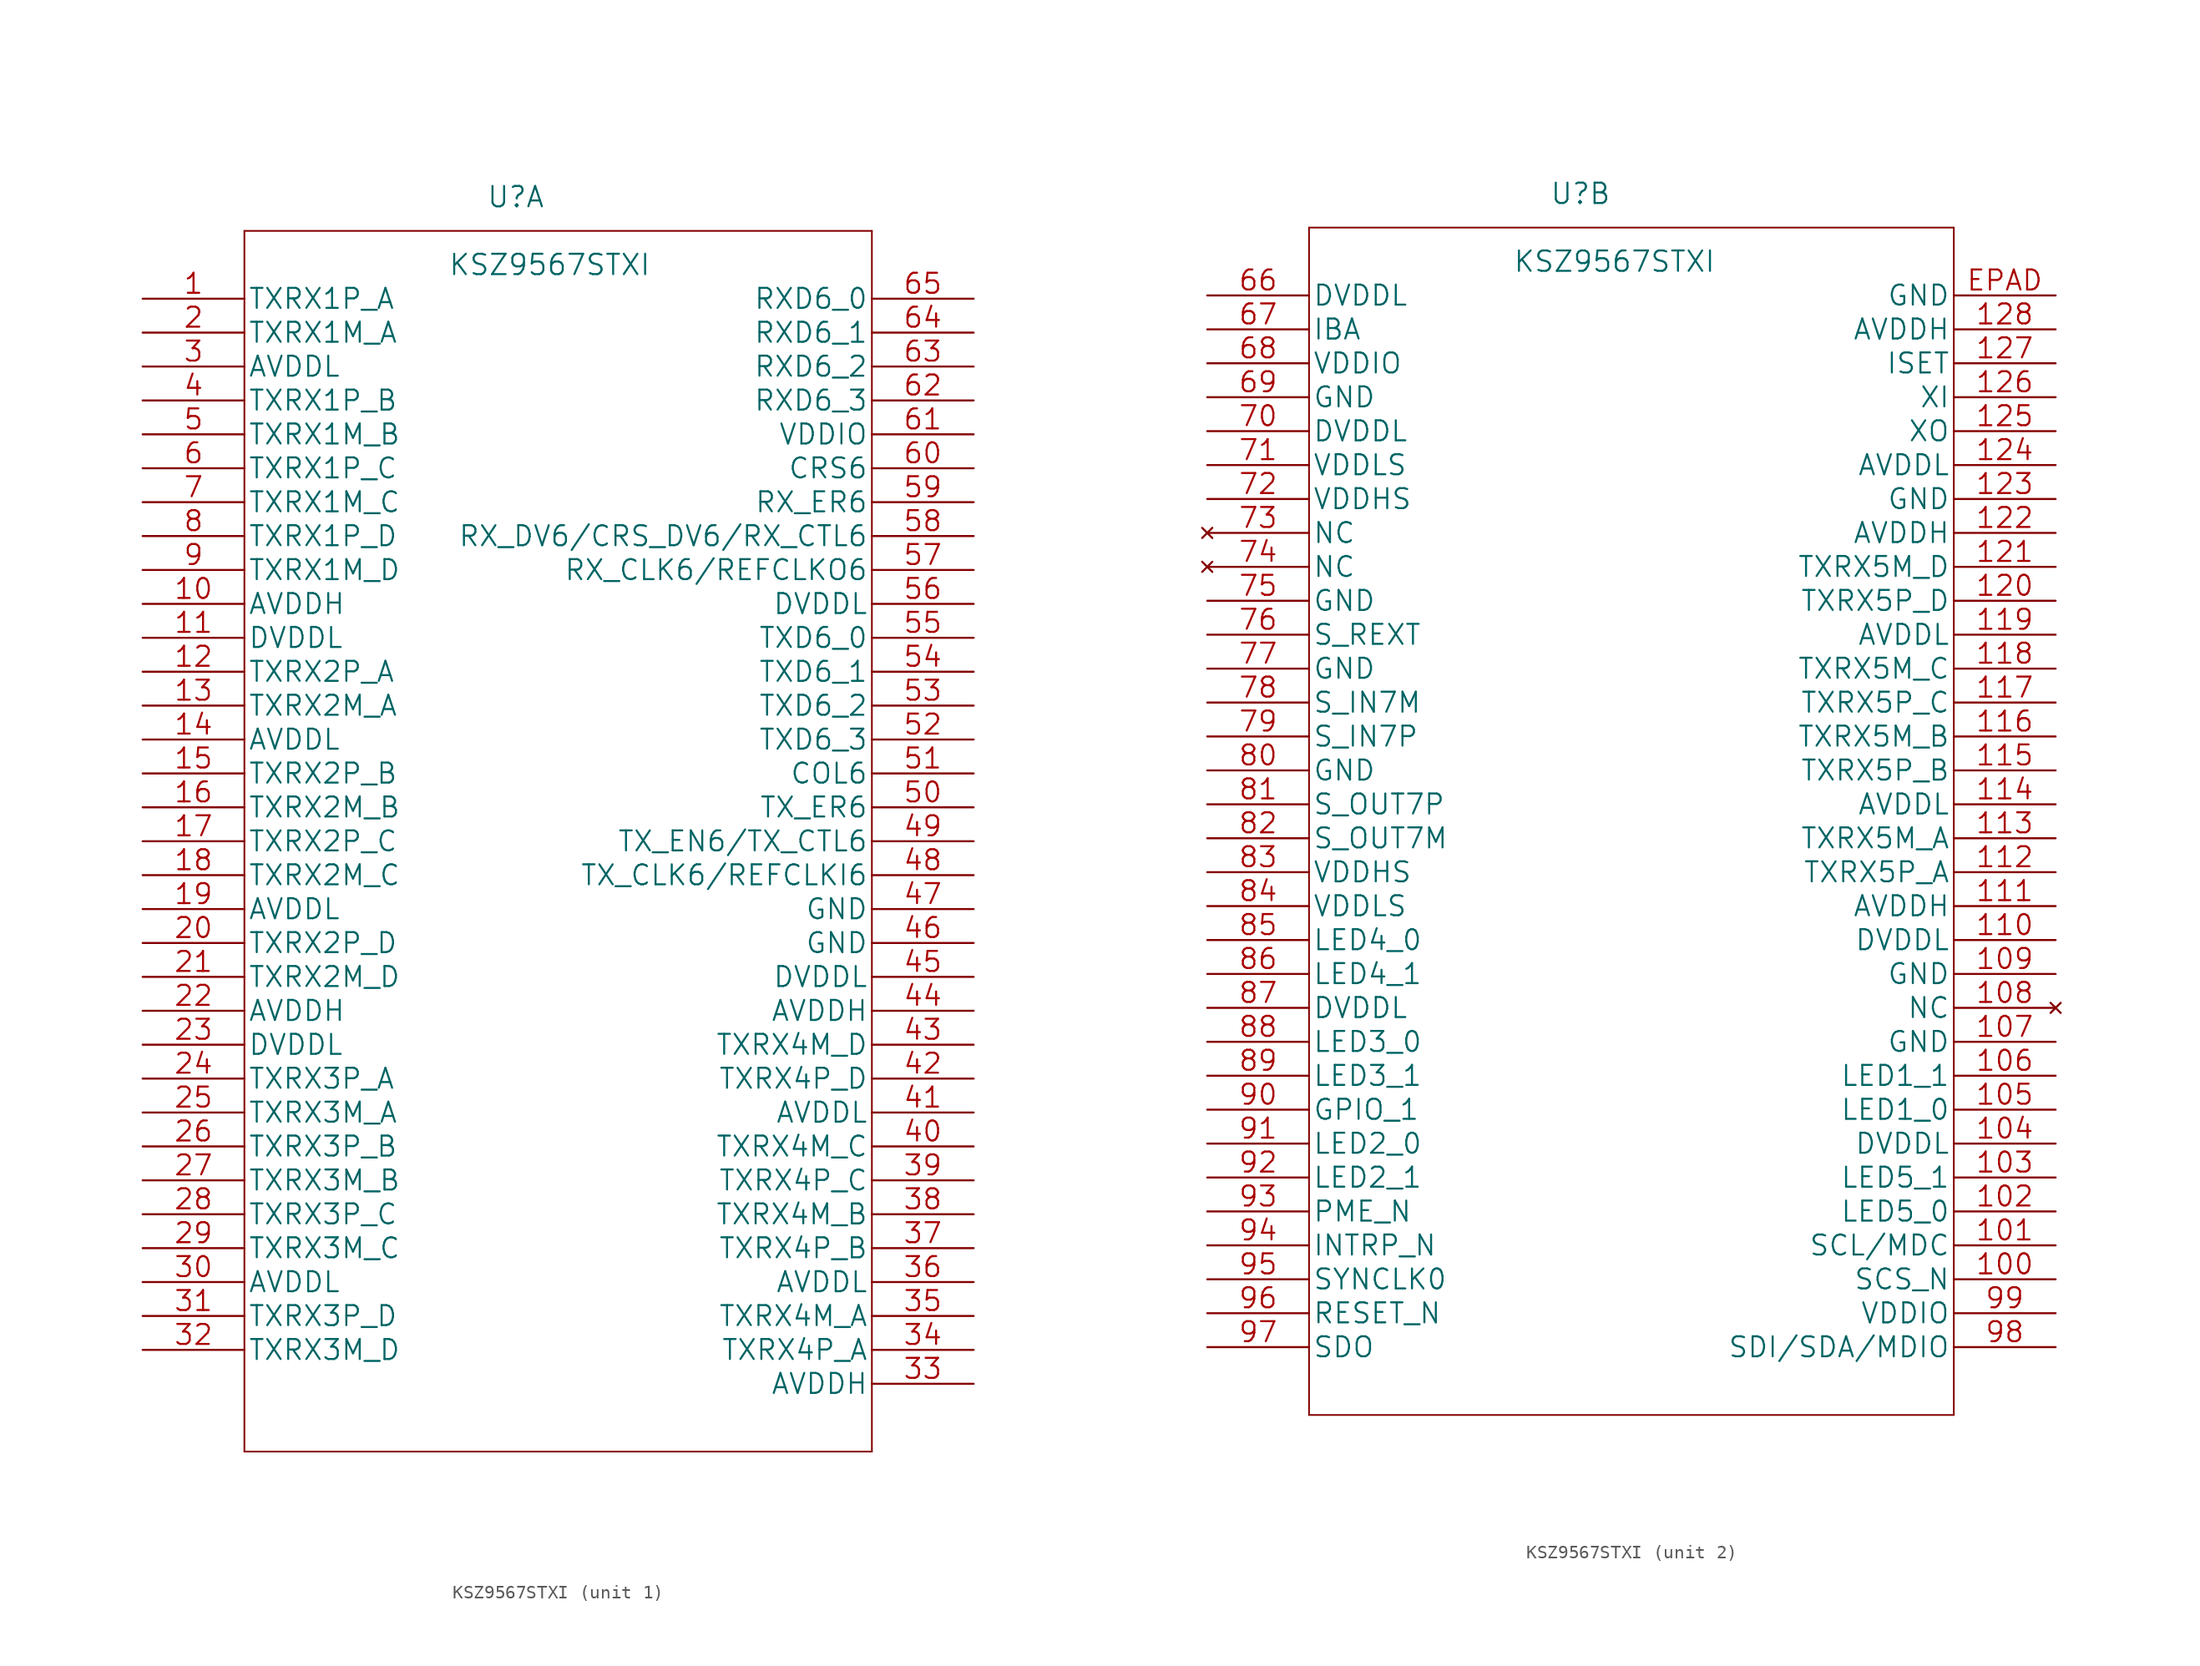
<source format=kicad_sym>
(kicad_symbol_lib
  (version 20231120)
  (generator "kicad_symbol_editor")
  (generator_version "8.0")
  (symbol "KSZ9567STXI"
    (pin_names
      (offset 0.254))
    (property "Reference" "U"
      (at 27.94 7.62 0)
      (effects (font (size 1.524 1.524))))
    (property "Value" "KSZ9567STXI"
      (at 30.48 2.54 0)
      (effects (font (size 1.524 1.524))))
    (property "Datasheet" ""
      (at 0 0 0)
      (effects (font (size 1.524 1.524))))
    (property "ki_locked" ""
      (at 0 0 0)
      (effects (font (size 1.27 1.27))))
    (symbol "KSZ9567STXI_1_1"
      (polyline (pts (xy 7.62 -86.36) (xy 54.61 -86.36)) (stroke (width 0.127) (type default)) (fill (type none)))
      (polyline (pts (xy 7.62 5.08) (xy 7.62 -86.36)) (stroke (width 0.127) (type default)) (fill (type none)))
      (polyline (pts (xy 54.61 -86.36) (xy 54.61 5.08)) (stroke (width 0.127) (type default)) (fill (type none)))
      (polyline (pts (xy 54.61 5.08) (xy 7.62 5.08)) (stroke (width 0.127) (type default)) (fill (type none)))
      (pin bidirectional line (at 0 0 0) (length 7.62) (name "TXRX1P_A" (effects (font (size 1.499 1.499)))) (number "1" (effects (font (size 1.499 1.499)))))
      (pin power_in line (at 0 -22.86 0) (length 7.62) (name "AVDDH" (effects (font (size 1.499 1.499)))) (number "10" (effects (font (size 1.499 1.499)))))
      (pin power_in line (at 0 -25.4 0) (length 7.62) (name "DVDDL" (effects (font (size 1.499 1.499)))) (number "11" (effects (font (size 1.499 1.499)))))
      (pin bidirectional line (at 0 -27.94 0) (length 7.62) (name "TXRX2P_A" (effects (font (size 1.499 1.499)))) (number "12" (effects (font (size 1.499 1.499)))))
      (pin bidirectional line (at 0 -30.48 0) (length 7.62) (name "TXRX2M_A" (effects (font (size 1.499 1.499)))) (number "13" (effects (font (size 1.499 1.499)))))
      (pin power_in line (at 0 -33.02 0) (length 7.62) (name "AVDDL" (effects (font (size 1.499 1.499)))) (number "14" (effects (font (size 1.499 1.499)))))
      (pin bidirectional line (at 0 -35.56 0) (length 7.62) (name "TXRX2P_B" (effects (font (size 1.499 1.499)))) (number "15" (effects (font (size 1.499 1.499)))))
      (pin bidirectional line (at 0 -38.1 0) (length 7.62) (name "TXRX2M_B" (effects (font (size 1.499 1.499)))) (number "16" (effects (font (size 1.499 1.499)))))
      (pin bidirectional line (at 0 -40.64 0) (length 7.62) (name "TXRX2P_C" (effects (font (size 1.499 1.499)))) (number "17" (effects (font (size 1.499 1.499)))))
      (pin bidirectional line (at 0 -43.18 0) (length 7.62) (name "TXRX2M_C" (effects (font (size 1.499 1.499)))) (number "18" (effects (font (size 1.499 1.499)))))
      (pin power_in line (at 0 -45.72 0) (length 7.62) (name "AVDDL" (effects (font (size 1.499 1.499)))) (number "19" (effects (font (size 1.499 1.499)))))
      (pin bidirectional line (at 0 -2.54 0) (length 7.62) (name "TXRX1M_A" (effects (font (size 1.499 1.499)))) (number "2" (effects (font (size 1.499 1.499)))))
      (pin bidirectional line (at 0 -48.26 0) (length 7.62) (name "TXRX2P_D" (effects (font (size 1.499 1.499)))) (number "20" (effects (font (size 1.499 1.499)))))
      (pin bidirectional line (at 0 -50.8 0) (length 7.62) (name "TXRX2M_D" (effects (font (size 1.499 1.499)))) (number "21" (effects (font (size 1.499 1.499)))))
      (pin power_in line (at 0 -53.34 0) (length 7.62) (name "AVDDH" (effects (font (size 1.499 1.499)))) (number "22" (effects (font (size 1.499 1.499)))))
      (pin power_in line (at 0 -55.88 0) (length 7.62) (name "DVDDL" (effects (font (size 1.499 1.499)))) (number "23" (effects (font (size 1.499 1.499)))))
      (pin bidirectional line (at 0 -58.42 0) (length 7.62) (name "TXRX3P_A" (effects (font (size 1.499 1.499)))) (number "24" (effects (font (size 1.499 1.499)))))
      (pin bidirectional line (at 0 -60.96 0) (length 7.62) (name "TXRX3M_A" (effects (font (size 1.499 1.499)))) (number "25" (effects (font (size 1.499 1.499)))))
      (pin bidirectional line (at 0 -63.5 0) (length 7.62) (name "TXRX3P_B" (effects (font (size 1.499 1.499)))) (number "26" (effects (font (size 1.499 1.499)))))
      (pin bidirectional line (at 0 -66.04 0) (length 7.62) (name "TXRX3M_B" (effects (font (size 1.499 1.499)))) (number "27" (effects (font (size 1.499 1.499)))))
      (pin bidirectional line (at 0 -68.58 0) (length 7.62) (name "TXRX3P_C" (effects (font (size 1.499 1.499)))) (number "28" (effects (font (size 1.499 1.499)))))
      (pin bidirectional line (at 0 -71.12 0) (length 7.62) (name "TXRX3M_C" (effects (font (size 1.499 1.499)))) (number "29" (effects (font (size 1.499 1.499)))))
      (pin power_in line (at 0 -5.08 0) (length 7.62) (name "AVDDL" (effects (font (size 1.499 1.499)))) (number "3" (effects (font (size 1.499 1.499)))))
      (pin power_in line (at 0 -73.66 0) (length 7.62) (name "AVDDL" (effects (font (size 1.499 1.499)))) (number "30" (effects (font (size 1.499 1.499)))))
      (pin bidirectional line (at 0 -76.2 0) (length 7.62) (name "TXRX3P_D" (effects (font (size 1.499 1.499)))) (number "31" (effects (font (size 1.499 1.499)))))
      (pin bidirectional line (at 0 -78.74 0) (length 7.62) (name "TXRX3M_D" (effects (font (size 1.499 1.499)))) (number "32" (effects (font (size 1.499 1.499)))))
      (pin power_in line (at 62.23 -81.28 180) (length 7.62) (name "AVDDH" (effects (font (size 1.499 1.499)))) (number "33" (effects (font (size 1.499 1.499)))))
      (pin bidirectional line (at 62.23 -78.74 180) (length 7.62) (name "TXRX4P_A" (effects (font (size 1.499 1.499)))) (number "34" (effects (font (size 1.499 1.499)))))
      (pin bidirectional line (at 62.23 -76.2 180) (length 7.62) (name "TXRX4M_A" (effects (font (size 1.499 1.499)))) (number "35" (effects (font (size 1.499 1.499)))))
      (pin power_in line (at 62.23 -73.66 180) (length 7.62) (name "AVDDL" (effects (font (size 1.499 1.499)))) (number "36" (effects (font (size 1.499 1.499)))))
      (pin bidirectional line (at 62.23 -71.12 180) (length 7.62) (name "TXRX4P_B" (effects (font (size 1.499 1.499)))) (number "37" (effects (font (size 1.499 1.499)))))
      (pin bidirectional line (at 62.23 -68.58 180) (length 7.62) (name "TXRX4M_B" (effects (font (size 1.499 1.499)))) (number "38" (effects (font (size 1.499 1.499)))))
      (pin bidirectional line (at 62.23 -66.04 180) (length 7.62) (name "TXRX4P_C" (effects (font (size 1.499 1.499)))) (number "39" (effects (font (size 1.499 1.499)))))
      (pin bidirectional line (at 0 -7.62 0) (length 7.62) (name "TXRX1P_B" (effects (font (size 1.499 1.499)))) (number "4" (effects (font (size 1.499 1.499)))))
      (pin bidirectional line (at 62.23 -63.5 180) (length 7.62) (name "TXRX4M_C" (effects (font (size 1.499 1.499)))) (number "40" (effects (font (size 1.499 1.499)))))
      (pin power_in line (at 62.23 -60.96 180) (length 7.62) (name "AVDDL" (effects (font (size 1.499 1.499)))) (number "41" (effects (font (size 1.499 1.499)))))
      (pin bidirectional line (at 62.23 -58.42 180) (length 7.62) (name "TXRX4P_D" (effects (font (size 1.499 1.499)))) (number "42" (effects (font (size 1.499 1.499)))))
      (pin bidirectional line (at 62.23 -55.88 180) (length 7.62) (name "TXRX4M_D" (effects (font (size 1.499 1.499)))) (number "43" (effects (font (size 1.499 1.499)))))
      (pin power_in line (at 62.23 -53.34 180) (length 7.62) (name "AVDDH" (effects (font (size 1.499 1.499)))) (number "44" (effects (font (size 1.499 1.499)))))
      (pin power_in line (at 62.23 -50.8 180) (length 7.62) (name "DVDDL" (effects (font (size 1.499 1.499)))) (number "45" (effects (font (size 1.499 1.499)))))
      (pin power_in line (at 62.23 -48.26 180) (length 7.62) (name "GND" (effects (font (size 1.499 1.499)))) (number "46" (effects (font (size 1.499 1.499)))))
      (pin power_in line (at 62.23 -45.72 180) (length 7.62) (name "GND" (effects (font (size 1.499 1.499)))) (number "47" (effects (font (size 1.499 1.499)))))
      (pin bidirectional line (at 62.23 -43.18 180) (length 7.62) (name "TX_CLK6/REFCLKI6" (effects (font (size 1.499 1.499)))) (number "48" (effects (font (size 1.499 1.499)))))
      (pin input line (at 62.23 -40.64 180) (length 7.62) (name "TX_EN6/TX_CTL6" (effects (font (size 1.499 1.499)))) (number "49" (effects (font (size 1.499 1.499)))))
      (pin bidirectional line (at 0 -10.16 0) (length 7.62) (name "TXRX1M_B" (effects (font (size 1.499 1.499)))) (number "5" (effects (font (size 1.499 1.499)))))
      (pin input line (at 62.23 -38.1 180) (length 7.62) (name "TX_ER6" (effects (font (size 1.499 1.499)))) (number "50" (effects (font (size 1.499 1.499)))))
      (pin bidirectional line (at 62.23 -35.56 180) (length 7.62) (name "COL6" (effects (font (size 1.499 1.499)))) (number "51" (effects (font (size 1.499 1.499)))))
      (pin input line (at 62.23 -33.02 180) (length 7.62) (name "TXD6_3" (effects (font (size 1.499 1.499)))) (number "52" (effects (font (size 1.499 1.499)))))
      (pin input line (at 62.23 -30.48 180) (length 7.62) (name "TXD6_2" (effects (font (size 1.499 1.499)))) (number "53" (effects (font (size 1.499 1.499)))))
      (pin input line (at 62.23 -27.94 180) (length 7.62) (name "TXD6_1" (effects (font (size 1.499 1.499)))) (number "54" (effects (font (size 1.499 1.499)))))
      (pin input line (at 62.23 -25.4 180) (length 7.62) (name "TXD6_0" (effects (font (size 1.499 1.499)))) (number "55" (effects (font (size 1.499 1.499)))))
      (pin power_in line (at 62.23 -22.86 180) (length 7.62) (name "DVDDL" (effects (font (size 1.499 1.499)))) (number "56" (effects (font (size 1.499 1.499)))))
      (pin bidirectional line (at 62.23 -20.32 180) (length 7.62) (name "RX_CLK6/REFCLKO6" (effects (font (size 1.499 1.499)))) (number "57" (effects (font (size 1.499 1.499)))))
      (pin bidirectional line (at 62.23 -17.78 180) (length 7.62) (name "RX_DV6/CRS_DV6/RX_CTL6" (effects (font (size 1.499 1.499)))) (number "58" (effects (font (size 1.499 1.499)))))
      (pin output line (at 62.23 -15.24 180) (length 7.62) (name "RX_ER6" (effects (font (size 1.499 1.499)))) (number "59" (effects (font (size 1.499 1.499)))))
      (pin bidirectional line (at 0 -12.7 0) (length 7.62) (name "TXRX1P_C" (effects (font (size 1.499 1.499)))) (number "6" (effects (font (size 1.499 1.499)))))
      (pin bidirectional line (at 62.23 -12.7 180) (length 7.62) (name "CRS6" (effects (font (size 1.499 1.499)))) (number "60" (effects (font (size 1.499 1.499)))))
      (pin power_in line (at 62.23 -10.16 180) (length 7.62) (name "VDDIO" (effects (font (size 1.499 1.499)))) (number "61" (effects (font (size 1.499 1.499)))))
      (pin output line (at 62.23 -7.62 180) (length 7.62) (name "RXD6_3" (effects (font (size 1.499 1.499)))) (number "62" (effects (font (size 1.499 1.499)))))
      (pin output line (at 62.23 -5.08 180) (length 7.62) (name "RXD6_2" (effects (font (size 1.499 1.499)))) (number "63" (effects (font (size 1.499 1.499)))))
      (pin output line (at 62.23 -2.54 180) (length 7.62) (name "RXD6_1" (effects (font (size 1.499 1.499)))) (number "64" (effects (font (size 1.499 1.499)))))
      (pin output line (at 62.23 0 180) (length 7.62) (name "RXD6_0" (effects (font (size 1.499 1.499)))) (number "65" (effects (font (size 1.499 1.499)))))
      (pin bidirectional line (at 0 -15.24 0) (length 7.62) (name "TXRX1M_C" (effects (font (size 1.499 1.499)))) (number "7" (effects (font (size 1.499 1.499)))))
      (pin bidirectional line (at 0 -17.78 0) (length 7.62) (name "TXRX1P_D" (effects (font (size 1.499 1.499)))) (number "8" (effects (font (size 1.499 1.499)))))
      (pin bidirectional line (at 0 -20.32 0) (length 7.62) (name "TXRX1M_D" (effects (font (size 1.499 1.499)))) (number "9" (effects (font (size 1.499 1.499))))))
    (symbol "KSZ9567STXI_2_1"
      (polyline (pts (xy 7.62 -83.82) (xy 55.88 -83.82)) (stroke (width 0.127) (type default)) (fill (type none)))
      (polyline (pts (xy 7.62 5.08) (xy 7.62 -83.82)) (stroke (width 0.127) (type default)) (fill (type none)))
      (polyline (pts (xy 55.88 -83.82) (xy 55.88 5.08)) (stroke (width 0.127) (type default)) (fill (type none)))
      (polyline (pts (xy 55.88 5.08) (xy 7.62 5.08)) (stroke (width 0.127) (type default)) (fill (type none)))
      (pin input line (at 63.5 -73.66 180) (length 7.62) (name "SCS_N" (effects (font (size 1.499 1.499)))) (number "100" (effects (font (size 1.499 1.499)))))
      (pin input line (at 63.5 -71.12 180) (length 7.62) (name "SCL/MDC" (effects (font (size 1.499 1.499)))) (number "101" (effects (font (size 1.499 1.499)))))
      (pin bidirectional line (at 63.5 -68.58 180) (length 7.62) (name "LED5_0" (effects (font (size 1.499 1.499)))) (number "102" (effects (font (size 1.499 1.499)))))
      (pin bidirectional line (at 63.5 -66.04 180) (length 7.62) (name "LED5_1" (effects (font (size 1.499 1.499)))) (number "103" (effects (font (size 1.499 1.499)))))
      (pin power_in line (at 63.5 -63.5 180) (length 7.62) (name "DVDDL" (effects (font (size 1.499 1.499)))) (number "104" (effects (font (size 1.499 1.499)))))
      (pin bidirectional line (at 63.5 -60.96 180) (length 7.62) (name "LED1_0" (effects (font (size 1.499 1.499)))) (number "105" (effects (font (size 1.499 1.499)))))
      (pin bidirectional line (at 63.5 -58.42 180) (length 7.62) (name "LED1_1" (effects (font (size 1.499 1.499)))) (number "106" (effects (font (size 1.499 1.499)))))
      (pin power_in line (at 63.5 -55.88 180) (length 7.62) (name "GND" (effects (font (size 1.499 1.499)))) (number "107" (effects (font (size 1.499 1.499)))))
      (pin no_connect line (at 63.5 -53.34 180) (length 7.62) (name "NC" (effects (font (size 1.499 1.499)))) (number "108" (effects (font (size 1.499 1.499)))))
      (pin power_in line (at 63.5 -50.8 180) (length 7.62) (name "GND" (effects (font (size 1.499 1.499)))) (number "109" (effects (font (size 1.499 1.499)))))
      (pin power_in line (at 63.5 -48.26 180) (length 7.62) (name "DVDDL" (effects (font (size 1.499 1.499)))) (number "110" (effects (font (size 1.499 1.499)))))
      (pin power_in line (at 63.5 -45.72 180) (length 7.62) (name "AVDDH" (effects (font (size 1.499 1.499)))) (number "111" (effects (font (size 1.499 1.499)))))
      (pin bidirectional line (at 63.5 -43.18 180) (length 7.62) (name "TXRX5P_A" (effects (font (size 1.499 1.499)))) (number "112" (effects (font (size 1.499 1.499)))))
      (pin bidirectional line (at 63.5 -40.64 180) (length 7.62) (name "TXRX5M_A" (effects (font (size 1.499 1.499)))) (number "113" (effects (font (size 1.499 1.499)))))
      (pin power_in line (at 63.5 -38.1 180) (length 7.62) (name "AVDDL" (effects (font (size 1.499 1.499)))) (number "114" (effects (font (size 1.499 1.499)))))
      (pin bidirectional line (at 63.5 -35.56 180) (length 7.62) (name "TXRX5P_B" (effects (font (size 1.499 1.499)))) (number "115" (effects (font (size 1.499 1.499)))))
      (pin bidirectional line (at 63.5 -33.02 180) (length 7.62) (name "TXRX5M_B" (effects (font (size 1.499 1.499)))) (number "116" (effects (font (size 1.499 1.499)))))
      (pin bidirectional line (at 63.5 -30.48 180) (length 7.62) (name "TXRX5P_C" (effects (font (size 1.499 1.499)))) (number "117" (effects (font (size 1.499 1.499)))))
      (pin bidirectional line (at 63.5 -27.94 180) (length 7.62) (name "TXRX5M_C" (effects (font (size 1.499 1.499)))) (number "118" (effects (font (size 1.499 1.499)))))
      (pin power_in line (at 63.5 -25.4 180) (length 7.62) (name "AVDDL" (effects (font (size 1.499 1.499)))) (number "119" (effects (font (size 1.499 1.499)))))
      (pin bidirectional line (at 63.5 -22.86 180) (length 7.62) (name "TXRX5P_D" (effects (font (size 1.499 1.499)))) (number "120" (effects (font (size 1.499 1.499)))))
      (pin bidirectional line (at 63.5 -20.32 180) (length 7.62) (name "TXRX5M_D" (effects (font (size 1.499 1.499)))) (number "121" (effects (font (size 1.499 1.499)))))
      (pin power_in line (at 63.5 -17.78 180) (length 7.62) (name "AVDDH" (effects (font (size 1.499 1.499)))) (number "122" (effects (font (size 1.499 1.499)))))
      (pin power_in line (at 63.5 -15.24 180) (length 7.62) (name "GND" (effects (font (size 1.499 1.499)))) (number "123" (effects (font (size 1.499 1.499)))))
      (pin power_in line (at 63.5 -12.7 180) (length 7.62) (name "AVDDL" (effects (font (size 1.499 1.499)))) (number "124" (effects (font (size 1.499 1.499)))))
      (pin output line (at 63.5 -10.16 180) (length 7.62) (name "XO" (effects (font (size 1.499 1.499)))) (number "125" (effects (font (size 1.499 1.499)))))
      (pin input line (at 63.5 -7.62 180) (length 7.62) (name "XI" (effects (font (size 1.499 1.499)))) (number "126" (effects (font (size 1.499 1.499)))))
      (pin passive line (at 63.5 -5.08 180) (length 7.62) (name "ISET" (effects (font (size 1.499 1.499)))) (number "127" (effects (font (size 1.499 1.499)))))
      (pin power_in line (at 63.5 -2.54 180) (length 7.62) (name "AVDDH" (effects (font (size 1.499 1.499)))) (number "128" (effects (font (size 1.499 1.499)))))
      (pin power_in line (at 0 0 0) (length 7.62) (name "DVDDL" (effects (font (size 1.499 1.499)))) (number "66" (effects (font (size 1.499 1.499)))))
      (pin input line (at 0 -2.54 0) (length 7.62) (name "IBA" (effects (font (size 1.499 1.499)))) (number "67" (effects (font (size 1.499 1.499)))))
      (pin power_in line (at 0 -5.08 0) (length 7.62) (name "VDDIO" (effects (font (size 1.499 1.499)))) (number "68" (effects (font (size 1.499 1.499)))))
      (pin power_in line (at 0 -7.62 0) (length 7.62) (name "GND" (effects (font (size 1.499 1.499)))) (number "69" (effects (font (size 1.499 1.499)))))
      (pin power_in line (at 0 -10.16 0) (length 7.62) (name "DVDDL" (effects (font (size 1.499 1.499)))) (number "70" (effects (font (size 1.499 1.499)))))
      (pin power_in line (at 0 -12.7 0) (length 7.62) (name "VDDLS" (effects (font (size 1.499 1.499)))) (number "71" (effects (font (size 1.499 1.499)))))
      (pin input line (at 0 -15.24 0) (length 7.62) (name "VDDHS" (effects (font (size 1.499 1.499)))) (number "72" (effects (font (size 1.499 1.499)))))
      (pin no_connect line (at 0 -17.78 0) (length 7.62) (name "NC" (effects (font (size 1.499 1.499)))) (number "73" (effects (font (size 1.499 1.499)))))
      (pin no_connect line (at 0 -20.32 0) (length 7.62) (name "NC" (effects (font (size 1.499 1.499)))) (number "74" (effects (font (size 1.499 1.499)))))
      (pin power_in line (at 0 -22.86 0) (length 7.62) (name "GND" (effects (font (size 1.499 1.499)))) (number "75" (effects (font (size 1.499 1.499)))))
      (pin passive line (at 0 -25.4 0) (length 7.62) (name "S_REXT" (effects (font (size 1.499 1.499)))) (number "76" (effects (font (size 1.499 1.499)))))
      (pin power_in line (at 0 -27.94 0) (length 7.62) (name "GND" (effects (font (size 1.499 1.499)))) (number "77" (effects (font (size 1.499 1.499)))))
      (pin input line (at 0 -30.48 0) (length 7.62) (name "S_IN7M" (effects (font (size 1.499 1.499)))) (number "78" (effects (font (size 1.499 1.499)))))
      (pin input line (at 0 -33.02 0) (length 7.62) (name "S_IN7P" (effects (font (size 1.499 1.499)))) (number "79" (effects (font (size 1.499 1.499)))))
      (pin power_in line (at 0 -35.56 0) (length 7.62) (name "GND" (effects (font (size 1.499 1.499)))) (number "80" (effects (font (size 1.499 1.499)))))
      (pin output line (at 0 -38.1 0) (length 7.62) (name "S_OUT7P" (effects (font (size 1.499 1.499)))) (number "81" (effects (font (size 1.499 1.499)))))
      (pin output line (at 0 -40.64 0) (length 7.62) (name "S_OUT7M" (effects (font (size 1.499 1.499)))) (number "82" (effects (font (size 1.499 1.499)))))
      (pin power_in line (at 0 -43.18 0) (length 7.62) (name "VDDHS" (effects (font (size 1.499 1.499)))) (number "83" (effects (font (size 1.499 1.499)))))
      (pin power_in line (at 0 -45.72 0) (length 7.62) (name "VDDLS" (effects (font (size 1.499 1.499)))) (number "84" (effects (font (size 1.499 1.499)))))
      (pin bidirectional line (at 0 -48.26 0) (length 7.62) (name "LED4_0" (effects (font (size 1.499 1.499)))) (number "85" (effects (font (size 1.499 1.499)))))
      (pin bidirectional line (at 0 -50.8 0) (length 7.62) (name "LED4_1" (effects (font (size 1.499 1.499)))) (number "86" (effects (font (size 1.499 1.499)))))
      (pin power_in line (at 0 -53.34 0) (length 7.62) (name "DVDDL" (effects (font (size 1.499 1.499)))) (number "87" (effects (font (size 1.499 1.499)))))
      (pin bidirectional line (at 0 -55.88 0) (length 7.62) (name "LED3_0" (effects (font (size 1.499 1.499)))) (number "88" (effects (font (size 1.499 1.499)))))
      (pin bidirectional line (at 0 -58.42 0) (length 7.62) (name "LED3_1" (effects (font (size 1.499 1.499)))) (number "89" (effects (font (size 1.499 1.499)))))
      (pin bidirectional line (at 0 -60.96 0) (length 7.62) (name "GPIO_1" (effects (font (size 1.499 1.499)))) (number "90" (effects (font (size 1.499 1.499)))))
      (pin bidirectional line (at 0 -63.5 0) (length 7.62) (name "LED2_0" (effects (font (size 1.499 1.499)))) (number "91" (effects (font (size 1.499 1.499)))))
      (pin bidirectional line (at 0 -66.04 0) (length 7.62) (name "LED2_1" (effects (font (size 1.499 1.499)))) (number "92" (effects (font (size 1.499 1.499)))))
      (pin bidirectional line (at 0 -68.58 0) (length 7.62) (name "PME_N" (effects (font (size 1.499 1.499)))) (number "93" (effects (font (size 1.499 1.499)))))
      (pin output line (at 0 -71.12 0) (length 7.62) (name "INTRP_N" (effects (font (size 1.499 1.499)))) (number "94" (effects (font (size 1.499 1.499)))))
      (pin input line (at 0 -73.66 0) (length 7.62) (name "SYNCLK0" (effects (font (size 1.499 1.499)))) (number "95" (effects (font (size 1.499 1.499)))))
      (pin input line (at 0 -76.2 0) (length 7.62) (name "RESET_N" (effects (font (size 1.499 1.499)))) (number "96" (effects (font (size 1.499 1.499)))))
      (pin output line (at 0 -78.74 0) (length 7.62) (name "SDO" (effects (font (size 1.499 1.499)))) (number "97" (effects (font (size 1.499 1.499)))))
      (pin bidirectional line (at 63.5 -78.74 180) (length 7.62) (name "SDI/SDA/MDIO" (effects (font (size 1.499 1.499)))) (number "98" (effects (font (size 1.499 1.499)))))
      (pin power_in line (at 63.5 -76.2 180) (length 7.62) (name "VDDIO" (effects (font (size 1.499 1.499)))) (number "99" (effects (font (size 1.499 1.499)))))
      (pin power_in line (at 63.5 0 180) (length 7.62) (name "GND" (effects (font (size 1.499 1.499)))) (number "EPAD" (effects (font (size 1.499 1.499))))))))
</source>
